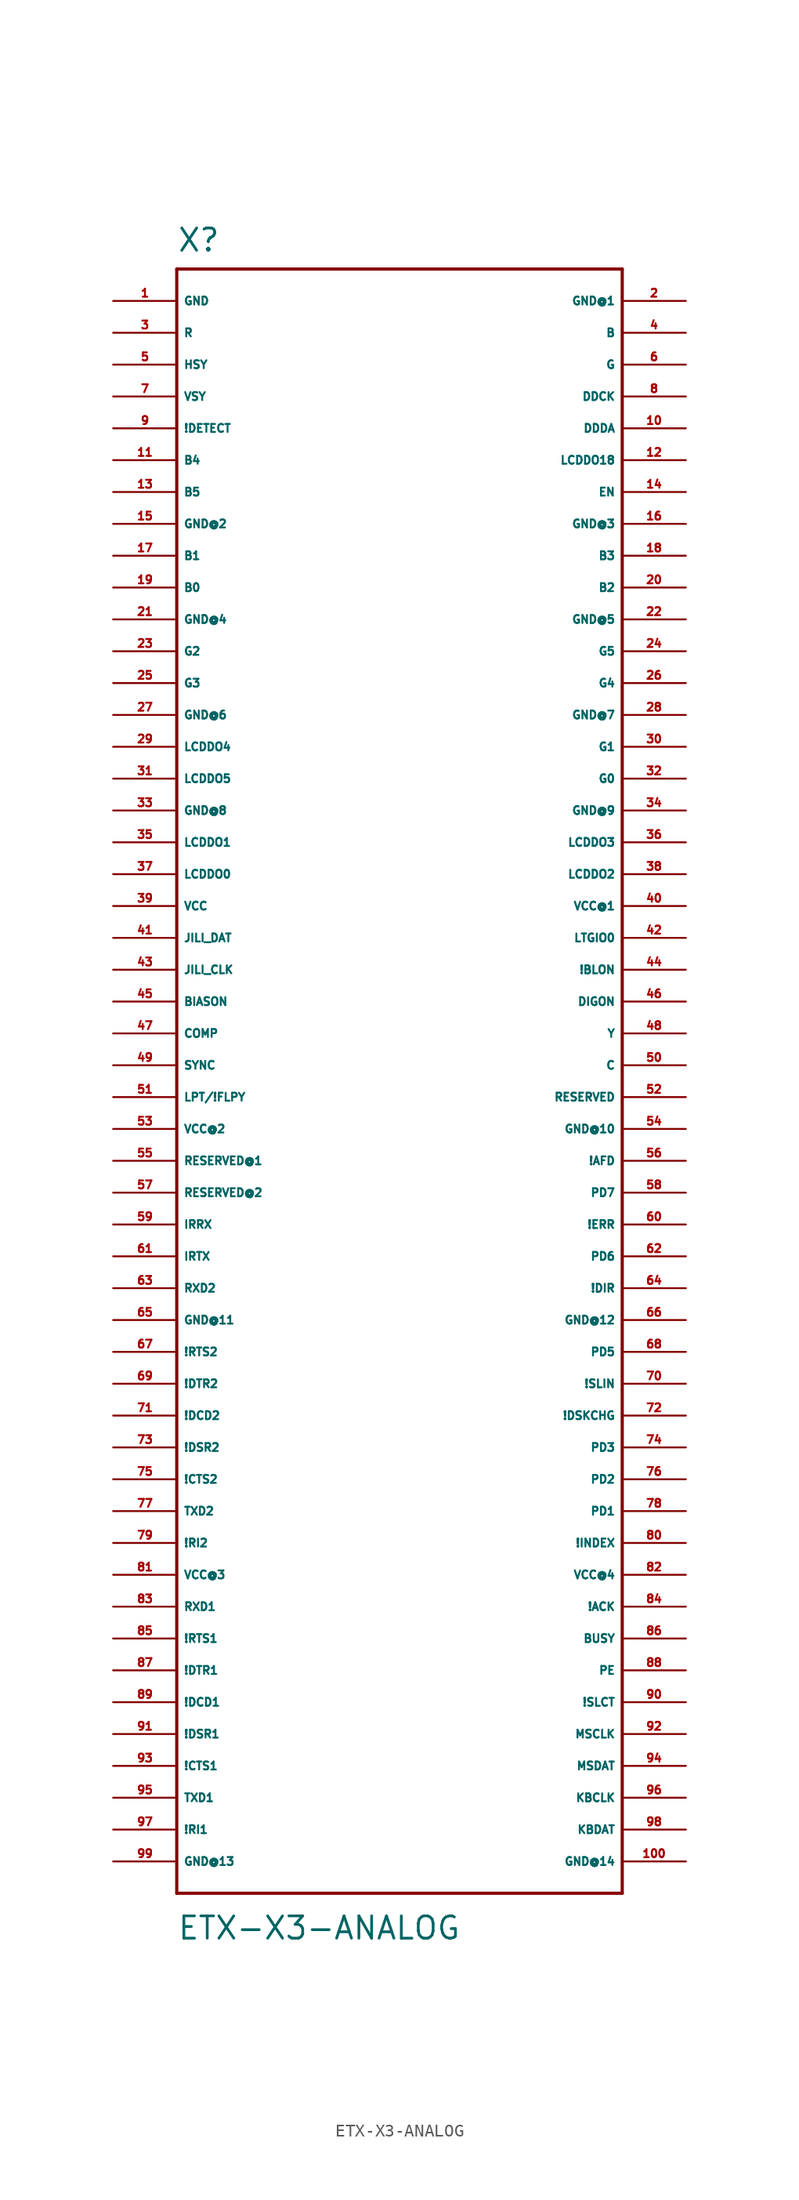
<source format=kicad_sym>
(kicad_symbol_lib
  (version 20220914)
  (generator Eagle2Kicad)
  (symbol "ETX-X3-ANALOG"
    (property "Reference" "X"
      (at -17.78 64.77 0)
      (effects (font (size 1.778 1.778) (thickness 0.22)) (justify left bottom)))
    (property "Value" "ETX-X3-ANALOG"
      (at -17.78 -69.85 0)
      (effects (font (size 1.778 1.778) (thickness 0.22)) (justify left bottom)))
    (polyline
      (pts (xy -17.78 -66.04) (xy 17.78 -66.04))
      (stroke (width 0.254) (type default))
      (fill (type none)))
    (polyline
      (pts (xy 17.78 -66.04) (xy 17.78 63.5))
      (stroke (width 0.254) (type default))
      (fill (type none)))
    (polyline
      (pts (xy 17.78 63.5) (xy -17.78 63.5))
      (stroke (width 0.254) (type default))
      (fill (type none)))
    (polyline
      (pts (xy -17.78 63.5) (xy -17.78 -66.04))
      (stroke (width 0.254) (type default))
      (fill (type none)))
    (pin unspecified line
      (at -22.86 60.96 0)
      (length 5.08)
      (name "GND" (effects (font (size 0.635 0.635) (thickness 0.08)) (justify left bottom)))
      (number "1" (effects (font (size 0.635 0.635) (thickness 0.08)) (justify left bottom))))
    (pin unspecified line
      (at 22.86 60.96 180)
      (length 5.08)
      (name "GND@1" (effects (font (size 0.635 0.635) (thickness 0.08)) (justify left bottom)))
      (number "2" (effects (font (size 0.635 0.635) (thickness 0.08)) (justify left bottom))))
    (pin bidirectional line
      (at -22.86 58.42 0)
      (length 5.08)
      (name "R" (effects (font (size 0.635 0.635) (thickness 0.08)) (justify left bottom)))
      (number "3" (effects (font (size 0.635 0.635) (thickness 0.08)) (justify left bottom))))
    (pin bidirectional line
      (at 22.86 58.42 180)
      (length 5.08)
      (name "B" (effects (font (size 0.635 0.635) (thickness 0.08)) (justify left bottom)))
      (number "4" (effects (font (size 0.635 0.635) (thickness 0.08)) (justify left bottom))))
    (pin bidirectional line
      (at -22.86 55.88 0)
      (length 5.08)
      (name "HSY" (effects (font (size 0.635 0.635) (thickness 0.08)) (justify left bottom)))
      (number "5" (effects (font (size 0.635 0.635) (thickness 0.08)) (justify left bottom))))
    (pin bidirectional line
      (at 22.86 55.88 180)
      (length 5.08)
      (name "G" (effects (font (size 0.635 0.635) (thickness 0.08)) (justify left bottom)))
      (number "6" (effects (font (size 0.635 0.635) (thickness 0.08)) (justify left bottom))))
    (pin bidirectional line
      (at -22.86 53.34 0)
      (length 5.08)
      (name "VSY" (effects (font (size 0.635 0.635) (thickness 0.08)) (justify left bottom)))
      (number "7" (effects (font (size 0.635 0.635) (thickness 0.08)) (justify left bottom))))
    (pin bidirectional line
      (at 22.86 53.34 180)
      (length 5.08)
      (name "DDCK" (effects (font (size 0.635 0.635) (thickness 0.08)) (justify left bottom)))
      (number "8" (effects (font (size 0.635 0.635) (thickness 0.08)) (justify left bottom))))
    (pin bidirectional line
      (at -22.86 50.8 0)
      (length 5.08)
      (name "!DETECT" (effects (font (size 0.635 0.635) (thickness 0.08)) (justify left bottom)))
      (number "9" (effects (font (size 0.635 0.635) (thickness 0.08)) (justify left bottom))))
    (pin bidirectional line
      (at 22.86 50.8 180)
      (length 5.08)
      (name "DDDA" (effects (font (size 0.635 0.635) (thickness 0.08)) (justify left bottom)))
      (number "10" (effects (font (size 0.635 0.635) (thickness 0.08)) (justify left bottom))))
    (pin bidirectional line
      (at -22.86 48.26 0)
      (length 5.08)
      (name "B4" (effects (font (size 0.635 0.635) (thickness 0.08)) (justify left bottom)))
      (number "11" (effects (font (size 0.635 0.635) (thickness 0.08)) (justify left bottom))))
    (pin bidirectional line
      (at 22.86 48.26 180)
      (length 5.08)
      (name "LCDDO18" (effects (font (size 0.635 0.635) (thickness 0.08)) (justify left bottom)))
      (number "12" (effects (font (size 0.635 0.635) (thickness 0.08)) (justify left bottom))))
    (pin bidirectional line
      (at -22.86 45.72 0)
      (length 5.08)
      (name "B5" (effects (font (size 0.635 0.635) (thickness 0.08)) (justify left bottom)))
      (number "13" (effects (font (size 0.635 0.635) (thickness 0.08)) (justify left bottom))))
    (pin bidirectional line
      (at 22.86 45.72 180)
      (length 5.08)
      (name "EN" (effects (font (size 0.635 0.635) (thickness 0.08)) (justify left bottom)))
      (number "14" (effects (font (size 0.635 0.635) (thickness 0.08)) (justify left bottom))))
    (pin unspecified line
      (at -22.86 43.18 0)
      (length 5.08)
      (name "GND@2" (effects (font (size 0.635 0.635) (thickness 0.08)) (justify left bottom)))
      (number "15" (effects (font (size 0.635 0.635) (thickness 0.08)) (justify left bottom))))
    (pin unspecified line
      (at 22.86 43.18 180)
      (length 5.08)
      (name "GND@3" (effects (font (size 0.635 0.635) (thickness 0.08)) (justify left bottom)))
      (number "16" (effects (font (size 0.635 0.635) (thickness 0.08)) (justify left bottom))))
    (pin bidirectional line
      (at -22.86 40.64 0)
      (length 5.08)
      (name "B1" (effects (font (size 0.635 0.635) (thickness 0.08)) (justify left bottom)))
      (number "17" (effects (font (size 0.635 0.635) (thickness 0.08)) (justify left bottom))))
    (pin bidirectional line
      (at 22.86 40.64 180)
      (length 5.08)
      (name "B3" (effects (font (size 0.635 0.635) (thickness 0.08)) (justify left bottom)))
      (number "18" (effects (font (size 0.635 0.635) (thickness 0.08)) (justify left bottom))))
    (pin bidirectional line
      (at -22.86 38.1 0)
      (length 5.08)
      (name "B0" (effects (font (size 0.635 0.635) (thickness 0.08)) (justify left bottom)))
      (number "19" (effects (font (size 0.635 0.635) (thickness 0.08)) (justify left bottom))))
    (pin bidirectional line
      (at 22.86 38.1 180)
      (length 5.08)
      (name "B2" (effects (font (size 0.635 0.635) (thickness 0.08)) (justify left bottom)))
      (number "20" (effects (font (size 0.635 0.635) (thickness 0.08)) (justify left bottom))))
    (pin unspecified line
      (at -22.86 35.56 0)
      (length 5.08)
      (name "GND@4" (effects (font (size 0.635 0.635) (thickness 0.08)) (justify left bottom)))
      (number "21" (effects (font (size 0.635 0.635) (thickness 0.08)) (justify left bottom))))
    (pin unspecified line
      (at 22.86 35.56 180)
      (length 5.08)
      (name "GND@5" (effects (font (size 0.635 0.635) (thickness 0.08)) (justify left bottom)))
      (number "22" (effects (font (size 0.635 0.635) (thickness 0.08)) (justify left bottom))))
    (pin bidirectional line
      (at -22.86 33.02 0)
      (length 5.08)
      (name "G2" (effects (font (size 0.635 0.635) (thickness 0.08)) (justify left bottom)))
      (number "23" (effects (font (size 0.635 0.635) (thickness 0.08)) (justify left bottom))))
    (pin bidirectional line
      (at 22.86 33.02 180)
      (length 5.08)
      (name "G5" (effects (font (size 0.635 0.635) (thickness 0.08)) (justify left bottom)))
      (number "24" (effects (font (size 0.635 0.635) (thickness 0.08)) (justify left bottom))))
    (pin bidirectional line
      (at -22.86 30.48 0)
      (length 5.08)
      (name "G3" (effects (font (size 0.635 0.635) (thickness 0.08)) (justify left bottom)))
      (number "25" (effects (font (size 0.635 0.635) (thickness 0.08)) (justify left bottom))))
    (pin bidirectional line
      (at 22.86 30.48 180)
      (length 5.08)
      (name "G4" (effects (font (size 0.635 0.635) (thickness 0.08)) (justify left bottom)))
      (number "26" (effects (font (size 0.635 0.635) (thickness 0.08)) (justify left bottom))))
    (pin unspecified line
      (at -22.86 27.94 0)
      (length 5.08)
      (name "GND@6" (effects (font (size 0.635 0.635) (thickness 0.08)) (justify left bottom)))
      (number "27" (effects (font (size 0.635 0.635) (thickness 0.08)) (justify left bottom))))
    (pin unspecified line
      (at 22.86 27.94 180)
      (length 5.08)
      (name "GND@7" (effects (font (size 0.635 0.635) (thickness 0.08)) (justify left bottom)))
      (number "28" (effects (font (size 0.635 0.635) (thickness 0.08)) (justify left bottom))))
    (pin bidirectional line
      (at -22.86 25.4 0)
      (length 5.08)
      (name "LCDDO4" (effects (font (size 0.635 0.635) (thickness 0.08)) (justify left bottom)))
      (number "29" (effects (font (size 0.635 0.635) (thickness 0.08)) (justify left bottom))))
    (pin bidirectional line
      (at 22.86 25.4 180)
      (length 5.08)
      (name "G1" (effects (font (size 0.635 0.635) (thickness 0.08)) (justify left bottom)))
      (number "30" (effects (font (size 0.635 0.635) (thickness 0.08)) (justify left bottom))))
    (pin bidirectional line
      (at -22.86 22.86 0)
      (length 5.08)
      (name "LCDDO5" (effects (font (size 0.635 0.635) (thickness 0.08)) (justify left bottom)))
      (number "31" (effects (font (size 0.635 0.635) (thickness 0.08)) (justify left bottom))))
    (pin bidirectional line
      (at 22.86 22.86 180)
      (length 5.08)
      (name "G0" (effects (font (size 0.635 0.635) (thickness 0.08)) (justify left bottom)))
      (number "32" (effects (font (size 0.635 0.635) (thickness 0.08)) (justify left bottom))))
    (pin unspecified line
      (at -22.86 20.32 0)
      (length 5.08)
      (name "GND@8" (effects (font (size 0.635 0.635) (thickness 0.08)) (justify left bottom)))
      (number "33" (effects (font (size 0.635 0.635) (thickness 0.08)) (justify left bottom))))
    (pin unspecified line
      (at 22.86 20.32 180)
      (length 5.08)
      (name "GND@9" (effects (font (size 0.635 0.635) (thickness 0.08)) (justify left bottom)))
      (number "34" (effects (font (size 0.635 0.635) (thickness 0.08)) (justify left bottom))))
    (pin bidirectional line
      (at -22.86 17.78 0)
      (length 5.08)
      (name "LCDDO1" (effects (font (size 0.635 0.635) (thickness 0.08)) (justify left bottom)))
      (number "35" (effects (font (size 0.635 0.635) (thickness 0.08)) (justify left bottom))))
    (pin bidirectional line
      (at 22.86 17.78 180)
      (length 5.08)
      (name "LCDDO3" (effects (font (size 0.635 0.635) (thickness 0.08)) (justify left bottom)))
      (number "36" (effects (font (size 0.635 0.635) (thickness 0.08)) (justify left bottom))))
    (pin bidirectional line
      (at -22.86 15.24 0)
      (length 5.08)
      (name "LCDDO0" (effects (font (size 0.635 0.635) (thickness 0.08)) (justify left bottom)))
      (number "37" (effects (font (size 0.635 0.635) (thickness 0.08)) (justify left bottom))))
    (pin bidirectional line
      (at 22.86 15.24 180)
      (length 5.08)
      (name "LCDDO2" (effects (font (size 0.635 0.635) (thickness 0.08)) (justify left bottom)))
      (number "38" (effects (font (size 0.635 0.635) (thickness 0.08)) (justify left bottom))))
    (pin unspecified line
      (at -22.86 12.7 0)
      (length 5.08)
      (name "VCC" (effects (font (size 0.635 0.635) (thickness 0.08)) (justify left bottom)))
      (number "39" (effects (font (size 0.635 0.635) (thickness 0.08)) (justify left bottom))))
    (pin unspecified line
      (at 22.86 12.7 180)
      (length 5.08)
      (name "VCC@1" (effects (font (size 0.635 0.635) (thickness 0.08)) (justify left bottom)))
      (number "40" (effects (font (size 0.635 0.635) (thickness 0.08)) (justify left bottom))))
    (pin bidirectional line
      (at -22.86 10.16 0)
      (length 5.08)
      (name "JILI_DAT" (effects (font (size 0.635 0.635) (thickness 0.08)) (justify left bottom)))
      (number "41" (effects (font (size 0.635 0.635) (thickness 0.08)) (justify left bottom))))
    (pin bidirectional line
      (at 22.86 10.16 180)
      (length 5.08)
      (name "LTGIO0" (effects (font (size 0.635 0.635) (thickness 0.08)) (justify left bottom)))
      (number "42" (effects (font (size 0.635 0.635) (thickness 0.08)) (justify left bottom))))
    (pin bidirectional line
      (at -22.86 7.62 0)
      (length 5.08)
      (name "JILI_CLK" (effects (font (size 0.635 0.635) (thickness 0.08)) (justify left bottom)))
      (number "43" (effects (font (size 0.635 0.635) (thickness 0.08)) (justify left bottom))))
    (pin bidirectional line
      (at 22.86 7.62 180)
      (length 5.08)
      (name "!BLON" (effects (font (size 0.635 0.635) (thickness 0.08)) (justify left bottom)))
      (number "44" (effects (font (size 0.635 0.635) (thickness 0.08)) (justify left bottom))))
    (pin bidirectional line
      (at -22.86 5.08 0)
      (length 5.08)
      (name "BIASON" (effects (font (size 0.635 0.635) (thickness 0.08)) (justify left bottom)))
      (number "45" (effects (font (size 0.635 0.635) (thickness 0.08)) (justify left bottom))))
    (pin bidirectional line
      (at 22.86 5.08 180)
      (length 5.08)
      (name "DIGON" (effects (font (size 0.635 0.635) (thickness 0.08)) (justify left bottom)))
      (number "46" (effects (font (size 0.635 0.635) (thickness 0.08)) (justify left bottom))))
    (pin bidirectional line
      (at -22.86 2.54 0)
      (length 5.08)
      (name "COMP" (effects (font (size 0.635 0.635) (thickness 0.08)) (justify left bottom)))
      (number "47" (effects (font (size 0.635 0.635) (thickness 0.08)) (justify left bottom))))
    (pin bidirectional line
      (at 22.86 2.54 180)
      (length 5.08)
      (name "Y" (effects (font (size 0.635 0.635) (thickness 0.08)) (justify left bottom)))
      (number "48" (effects (font (size 0.635 0.635) (thickness 0.08)) (justify left bottom))))
    (pin bidirectional line
      (at -22.86 0 0)
      (length 5.08)
      (name "SYNC" (effects (font (size 0.635 0.635) (thickness 0.08)) (justify left bottom)))
      (number "49" (effects (font (size 0.635 0.635) (thickness 0.08)) (justify left bottom))))
    (pin bidirectional line
      (at 22.86 0 180)
      (length 5.08)
      (name "C" (effects (font (size 0.635 0.635) (thickness 0.08)) (justify left bottom)))
      (number "50" (effects (font (size 0.635 0.635) (thickness 0.08)) (justify left bottom))))
    (pin bidirectional line
      (at -22.86 -2.54 0)
      (length 5.08)
      (name "LPT/!FLPY" (effects (font (size 0.635 0.635) (thickness 0.08)) (justify left bottom)))
      (number "51" (effects (font (size 0.635 0.635) (thickness 0.08)) (justify left bottom))))
    (pin bidirectional line
      (at 22.86 -2.54 180)
      (length 5.08)
      (name "RESERVED" (effects (font (size 0.635 0.635) (thickness 0.08)) (justify left bottom)))
      (number "52" (effects (font (size 0.635 0.635) (thickness 0.08)) (justify left bottom))))
    (pin unspecified line
      (at -22.86 -5.08 0)
      (length 5.08)
      (name "VCC@2" (effects (font (size 0.635 0.635) (thickness 0.08)) (justify left bottom)))
      (number "53" (effects (font (size 0.635 0.635) (thickness 0.08)) (justify left bottom))))
    (pin unspecified line
      (at 22.86 -5.08 180)
      (length 5.08)
      (name "GND@10" (effects (font (size 0.635 0.635) (thickness 0.08)) (justify left bottom)))
      (number "54" (effects (font (size 0.635 0.635) (thickness 0.08)) (justify left bottom))))
    (pin bidirectional line
      (at -22.86 -7.62 0)
      (length 5.08)
      (name "RESERVED@1" (effects (font (size 0.635 0.635) (thickness 0.08)) (justify left bottom)))
      (number "55" (effects (font (size 0.635 0.635) (thickness 0.08)) (justify left bottom))))
    (pin bidirectional line
      (at 22.86 -7.62 180)
      (length 5.08)
      (name "!AFD" (effects (font (size 0.635 0.635) (thickness 0.08)) (justify left bottom)))
      (number "56" (effects (font (size 0.635 0.635) (thickness 0.08)) (justify left bottom))))
    (pin bidirectional line
      (at -22.86 -10.16 0)
      (length 5.08)
      (name "RESERVED@2" (effects (font (size 0.635 0.635) (thickness 0.08)) (justify left bottom)))
      (number "57" (effects (font (size 0.635 0.635) (thickness 0.08)) (justify left bottom))))
    (pin bidirectional line
      (at 22.86 -10.16 180)
      (length 5.08)
      (name "PD7" (effects (font (size 0.635 0.635) (thickness 0.08)) (justify left bottom)))
      (number "58" (effects (font (size 0.635 0.635) (thickness 0.08)) (justify left bottom))))
    (pin bidirectional line
      (at -22.86 -12.7 0)
      (length 5.08)
      (name "IRRX" (effects (font (size 0.635 0.635) (thickness 0.08)) (justify left bottom)))
      (number "59" (effects (font (size 0.635 0.635) (thickness 0.08)) (justify left bottom))))
    (pin bidirectional line
      (at 22.86 -12.7 180)
      (length 5.08)
      (name "!ERR" (effects (font (size 0.635 0.635) (thickness 0.08)) (justify left bottom)))
      (number "60" (effects (font (size 0.635 0.635) (thickness 0.08)) (justify left bottom))))
    (pin bidirectional line
      (at -22.86 -15.24 0)
      (length 5.08)
      (name "IRTX" (effects (font (size 0.635 0.635) (thickness 0.08)) (justify left bottom)))
      (number "61" (effects (font (size 0.635 0.635) (thickness 0.08)) (justify left bottom))))
    (pin bidirectional line
      (at 22.86 -15.24 180)
      (length 5.08)
      (name "PD6" (effects (font (size 0.635 0.635) (thickness 0.08)) (justify left bottom)))
      (number "62" (effects (font (size 0.635 0.635) (thickness 0.08)) (justify left bottom))))
    (pin bidirectional line
      (at -22.86 -17.78 0)
      (length 5.08)
      (name "RXD2" (effects (font (size 0.635 0.635) (thickness 0.08)) (justify left bottom)))
      (number "63" (effects (font (size 0.635 0.635) (thickness 0.08)) (justify left bottom))))
    (pin bidirectional line
      (at 22.86 -17.78 180)
      (length 5.08)
      (name "!DIR" (effects (font (size 0.635 0.635) (thickness 0.08)) (justify left bottom)))
      (number "64" (effects (font (size 0.635 0.635) (thickness 0.08)) (justify left bottom))))
    (pin unspecified line
      (at -22.86 -20.32 0)
      (length 5.08)
      (name "GND@11" (effects (font (size 0.635 0.635) (thickness 0.08)) (justify left bottom)))
      (number "65" (effects (font (size 0.635 0.635) (thickness 0.08)) (justify left bottom))))
    (pin unspecified line
      (at 22.86 -20.32 180)
      (length 5.08)
      (name "GND@12" (effects (font (size 0.635 0.635) (thickness 0.08)) (justify left bottom)))
      (number "66" (effects (font (size 0.635 0.635) (thickness 0.08)) (justify left bottom))))
    (pin bidirectional line
      (at -22.86 -22.86 0)
      (length 5.08)
      (name "!RTS2" (effects (font (size 0.635 0.635) (thickness 0.08)) (justify left bottom)))
      (number "67" (effects (font (size 0.635 0.635) (thickness 0.08)) (justify left bottom))))
    (pin bidirectional line
      (at 22.86 -22.86 180)
      (length 5.08)
      (name "PD5" (effects (font (size 0.635 0.635) (thickness 0.08)) (justify left bottom)))
      (number "68" (effects (font (size 0.635 0.635) (thickness 0.08)) (justify left bottom))))
    (pin bidirectional line
      (at -22.86 -25.4 0)
      (length 5.08)
      (name "!DTR2" (effects (font (size 0.635 0.635) (thickness 0.08)) (justify left bottom)))
      (number "69" (effects (font (size 0.635 0.635) (thickness 0.08)) (justify left bottom))))
    (pin bidirectional line
      (at 22.86 -25.4 180)
      (length 5.08)
      (name "!SLIN" (effects (font (size 0.635 0.635) (thickness 0.08)) (justify left bottom)))
      (number "70" (effects (font (size 0.635 0.635) (thickness 0.08)) (justify left bottom))))
    (pin bidirectional line
      (at -22.86 -27.94 0)
      (length 5.08)
      (name "!DCD2" (effects (font (size 0.635 0.635) (thickness 0.08)) (justify left bottom)))
      (number "71" (effects (font (size 0.635 0.635) (thickness 0.08)) (justify left bottom))))
    (pin bidirectional line
      (at 22.86 -27.94 180)
      (length 5.08)
      (name "!DSKCHG" (effects (font (size 0.635 0.635) (thickness 0.08)) (justify left bottom)))
      (number "72" (effects (font (size 0.635 0.635) (thickness 0.08)) (justify left bottom))))
    (pin bidirectional line
      (at -22.86 -30.48 0)
      (length 5.08)
      (name "!DSR2" (effects (font (size 0.635 0.635) (thickness 0.08)) (justify left bottom)))
      (number "73" (effects (font (size 0.635 0.635) (thickness 0.08)) (justify left bottom))))
    (pin bidirectional line
      (at 22.86 -30.48 180)
      (length 5.08)
      (name "PD3" (effects (font (size 0.635 0.635) (thickness 0.08)) (justify left bottom)))
      (number "74" (effects (font (size 0.635 0.635) (thickness 0.08)) (justify left bottom))))
    (pin bidirectional line
      (at -22.86 -33.02 0)
      (length 5.08)
      (name "!CTS2" (effects (font (size 0.635 0.635) (thickness 0.08)) (justify left bottom)))
      (number "75" (effects (font (size 0.635 0.635) (thickness 0.08)) (justify left bottom))))
    (pin bidirectional line
      (at 22.86 -33.02 180)
      (length 5.08)
      (name "PD2" (effects (font (size 0.635 0.635) (thickness 0.08)) (justify left bottom)))
      (number "76" (effects (font (size 0.635 0.635) (thickness 0.08)) (justify left bottom))))
    (pin bidirectional line
      (at -22.86 -35.56 0)
      (length 5.08)
      (name "TXD2" (effects (font (size 0.635 0.635) (thickness 0.08)) (justify left bottom)))
      (number "77" (effects (font (size 0.635 0.635) (thickness 0.08)) (justify left bottom))))
    (pin bidirectional line
      (at 22.86 -35.56 180)
      (length 5.08)
      (name "PD1" (effects (font (size 0.635 0.635) (thickness 0.08)) (justify left bottom)))
      (number "78" (effects (font (size 0.635 0.635) (thickness 0.08)) (justify left bottom))))
    (pin bidirectional line
      (at -22.86 -38.1 0)
      (length 5.08)
      (name "!RI2" (effects (font (size 0.635 0.635) (thickness 0.08)) (justify left bottom)))
      (number "79" (effects (font (size 0.635 0.635) (thickness 0.08)) (justify left bottom))))
    (pin bidirectional line
      (at 22.86 -38.1 180)
      (length 5.08)
      (name "!INDEX" (effects (font (size 0.635 0.635) (thickness 0.08)) (justify left bottom)))
      (number "80" (effects (font (size 0.635 0.635) (thickness 0.08)) (justify left bottom))))
    (pin unspecified line
      (at -22.86 -40.64 0)
      (length 5.08)
      (name "VCC@3" (effects (font (size 0.635 0.635) (thickness 0.08)) (justify left bottom)))
      (number "81" (effects (font (size 0.635 0.635) (thickness 0.08)) (justify left bottom))))
    (pin unspecified line
      (at 22.86 -40.64 180)
      (length 5.08)
      (name "VCC@4" (effects (font (size 0.635 0.635) (thickness 0.08)) (justify left bottom)))
      (number "82" (effects (font (size 0.635 0.635) (thickness 0.08)) (justify left bottom))))
    (pin bidirectional line
      (at -22.86 -43.18 0)
      (length 5.08)
      (name "RXD1" (effects (font (size 0.635 0.635) (thickness 0.08)) (justify left bottom)))
      (number "83" (effects (font (size 0.635 0.635) (thickness 0.08)) (justify left bottom))))
    (pin bidirectional line
      (at 22.86 -43.18 180)
      (length 5.08)
      (name "!ACK" (effects (font (size 0.635 0.635) (thickness 0.08)) (justify left bottom)))
      (number "84" (effects (font (size 0.635 0.635) (thickness 0.08)) (justify left bottom))))
    (pin bidirectional line
      (at -22.86 -45.72 0)
      (length 5.08)
      (name "!RTS1" (effects (font (size 0.635 0.635) (thickness 0.08)) (justify left bottom)))
      (number "85" (effects (font (size 0.635 0.635) (thickness 0.08)) (justify left bottom))))
    (pin bidirectional line
      (at 22.86 -45.72 180)
      (length 5.08)
      (name "BUSY" (effects (font (size 0.635 0.635) (thickness 0.08)) (justify left bottom)))
      (number "86" (effects (font (size 0.635 0.635) (thickness 0.08)) (justify left bottom))))
    (pin bidirectional line
      (at -22.86 -48.26 0)
      (length 5.08)
      (name "!DTR1" (effects (font (size 0.635 0.635) (thickness 0.08)) (justify left bottom)))
      (number "87" (effects (font (size 0.635 0.635) (thickness 0.08)) (justify left bottom))))
    (pin bidirectional line
      (at 22.86 -48.26 180)
      (length 5.08)
      (name "PE" (effects (font (size 0.635 0.635) (thickness 0.08)) (justify left bottom)))
      (number "88" (effects (font (size 0.635 0.635) (thickness 0.08)) (justify left bottom))))
    (pin bidirectional line
      (at -22.86 -50.8 0)
      (length 5.08)
      (name "!DCD1" (effects (font (size 0.635 0.635) (thickness 0.08)) (justify left bottom)))
      (number "89" (effects (font (size 0.635 0.635) (thickness 0.08)) (justify left bottom))))
    (pin bidirectional line
      (at 22.86 -50.8 180)
      (length 5.08)
      (name "!SLCT" (effects (font (size 0.635 0.635) (thickness 0.08)) (justify left bottom)))
      (number "90" (effects (font (size 0.635 0.635) (thickness 0.08)) (justify left bottom))))
    (pin bidirectional line
      (at -22.86 -53.34 0)
      (length 5.08)
      (name "!DSR1" (effects (font (size 0.635 0.635) (thickness 0.08)) (justify left bottom)))
      (number "91" (effects (font (size 0.635 0.635) (thickness 0.08)) (justify left bottom))))
    (pin bidirectional line
      (at 22.86 -53.34 180)
      (length 5.08)
      (name "MSCLK" (effects (font (size 0.635 0.635) (thickness 0.08)) (justify left bottom)))
      (number "92" (effects (font (size 0.635 0.635) (thickness 0.08)) (justify left bottom))))
    (pin bidirectional line
      (at -22.86 -55.88 0)
      (length 5.08)
      (name "!CTS1" (effects (font (size 0.635 0.635) (thickness 0.08)) (justify left bottom)))
      (number "93" (effects (font (size 0.635 0.635) (thickness 0.08)) (justify left bottom))))
    (pin bidirectional line
      (at 22.86 -55.88 180)
      (length 5.08)
      (name "MSDAT" (effects (font (size 0.635 0.635) (thickness 0.08)) (justify left bottom)))
      (number "94" (effects (font (size 0.635 0.635) (thickness 0.08)) (justify left bottom))))
    (pin bidirectional line
      (at -22.86 -58.42 0)
      (length 5.08)
      (name "TXD1" (effects (font (size 0.635 0.635) (thickness 0.08)) (justify left bottom)))
      (number "95" (effects (font (size 0.635 0.635) (thickness 0.08)) (justify left bottom))))
    (pin bidirectional line
      (at 22.86 -58.42 180)
      (length 5.08)
      (name "KBCLK" (effects (font (size 0.635 0.635) (thickness 0.08)) (justify left bottom)))
      (number "96" (effects (font (size 0.635 0.635) (thickness 0.08)) (justify left bottom))))
    (pin bidirectional line
      (at -22.86 -60.96 0)
      (length 5.08)
      (name "!RI1" (effects (font (size 0.635 0.635) (thickness 0.08)) (justify left bottom)))
      (number "97" (effects (font (size 0.635 0.635) (thickness 0.08)) (justify left bottom))))
    (pin bidirectional line
      (at 22.86 -60.96 180)
      (length 5.08)
      (name "KBDAT" (effects (font (size 0.635 0.635) (thickness 0.08)) (justify left bottom)))
      (number "98" (effects (font (size 0.635 0.635) (thickness 0.08)) (justify left bottom))))
    (pin unspecified line
      (at -22.86 -63.5 0)
      (length 5.08)
      (name "GND@13" (effects (font (size 0.635 0.635) (thickness 0.08)) (justify left bottom)))
      (number "99" (effects (font (size 0.635 0.635) (thickness 0.08)) (justify left bottom))))
    (pin unspecified line
      (at 22.86 -63.5 180)
      (length 5.08)
      (name "GND@14" (effects (font (size 0.635 0.635) (thickness 0.08)) (justify left bottom)))
      (number "100" (effects (font (size 0.635 0.635) (thickness 0.08)) (justify left bottom))))))
</source>
